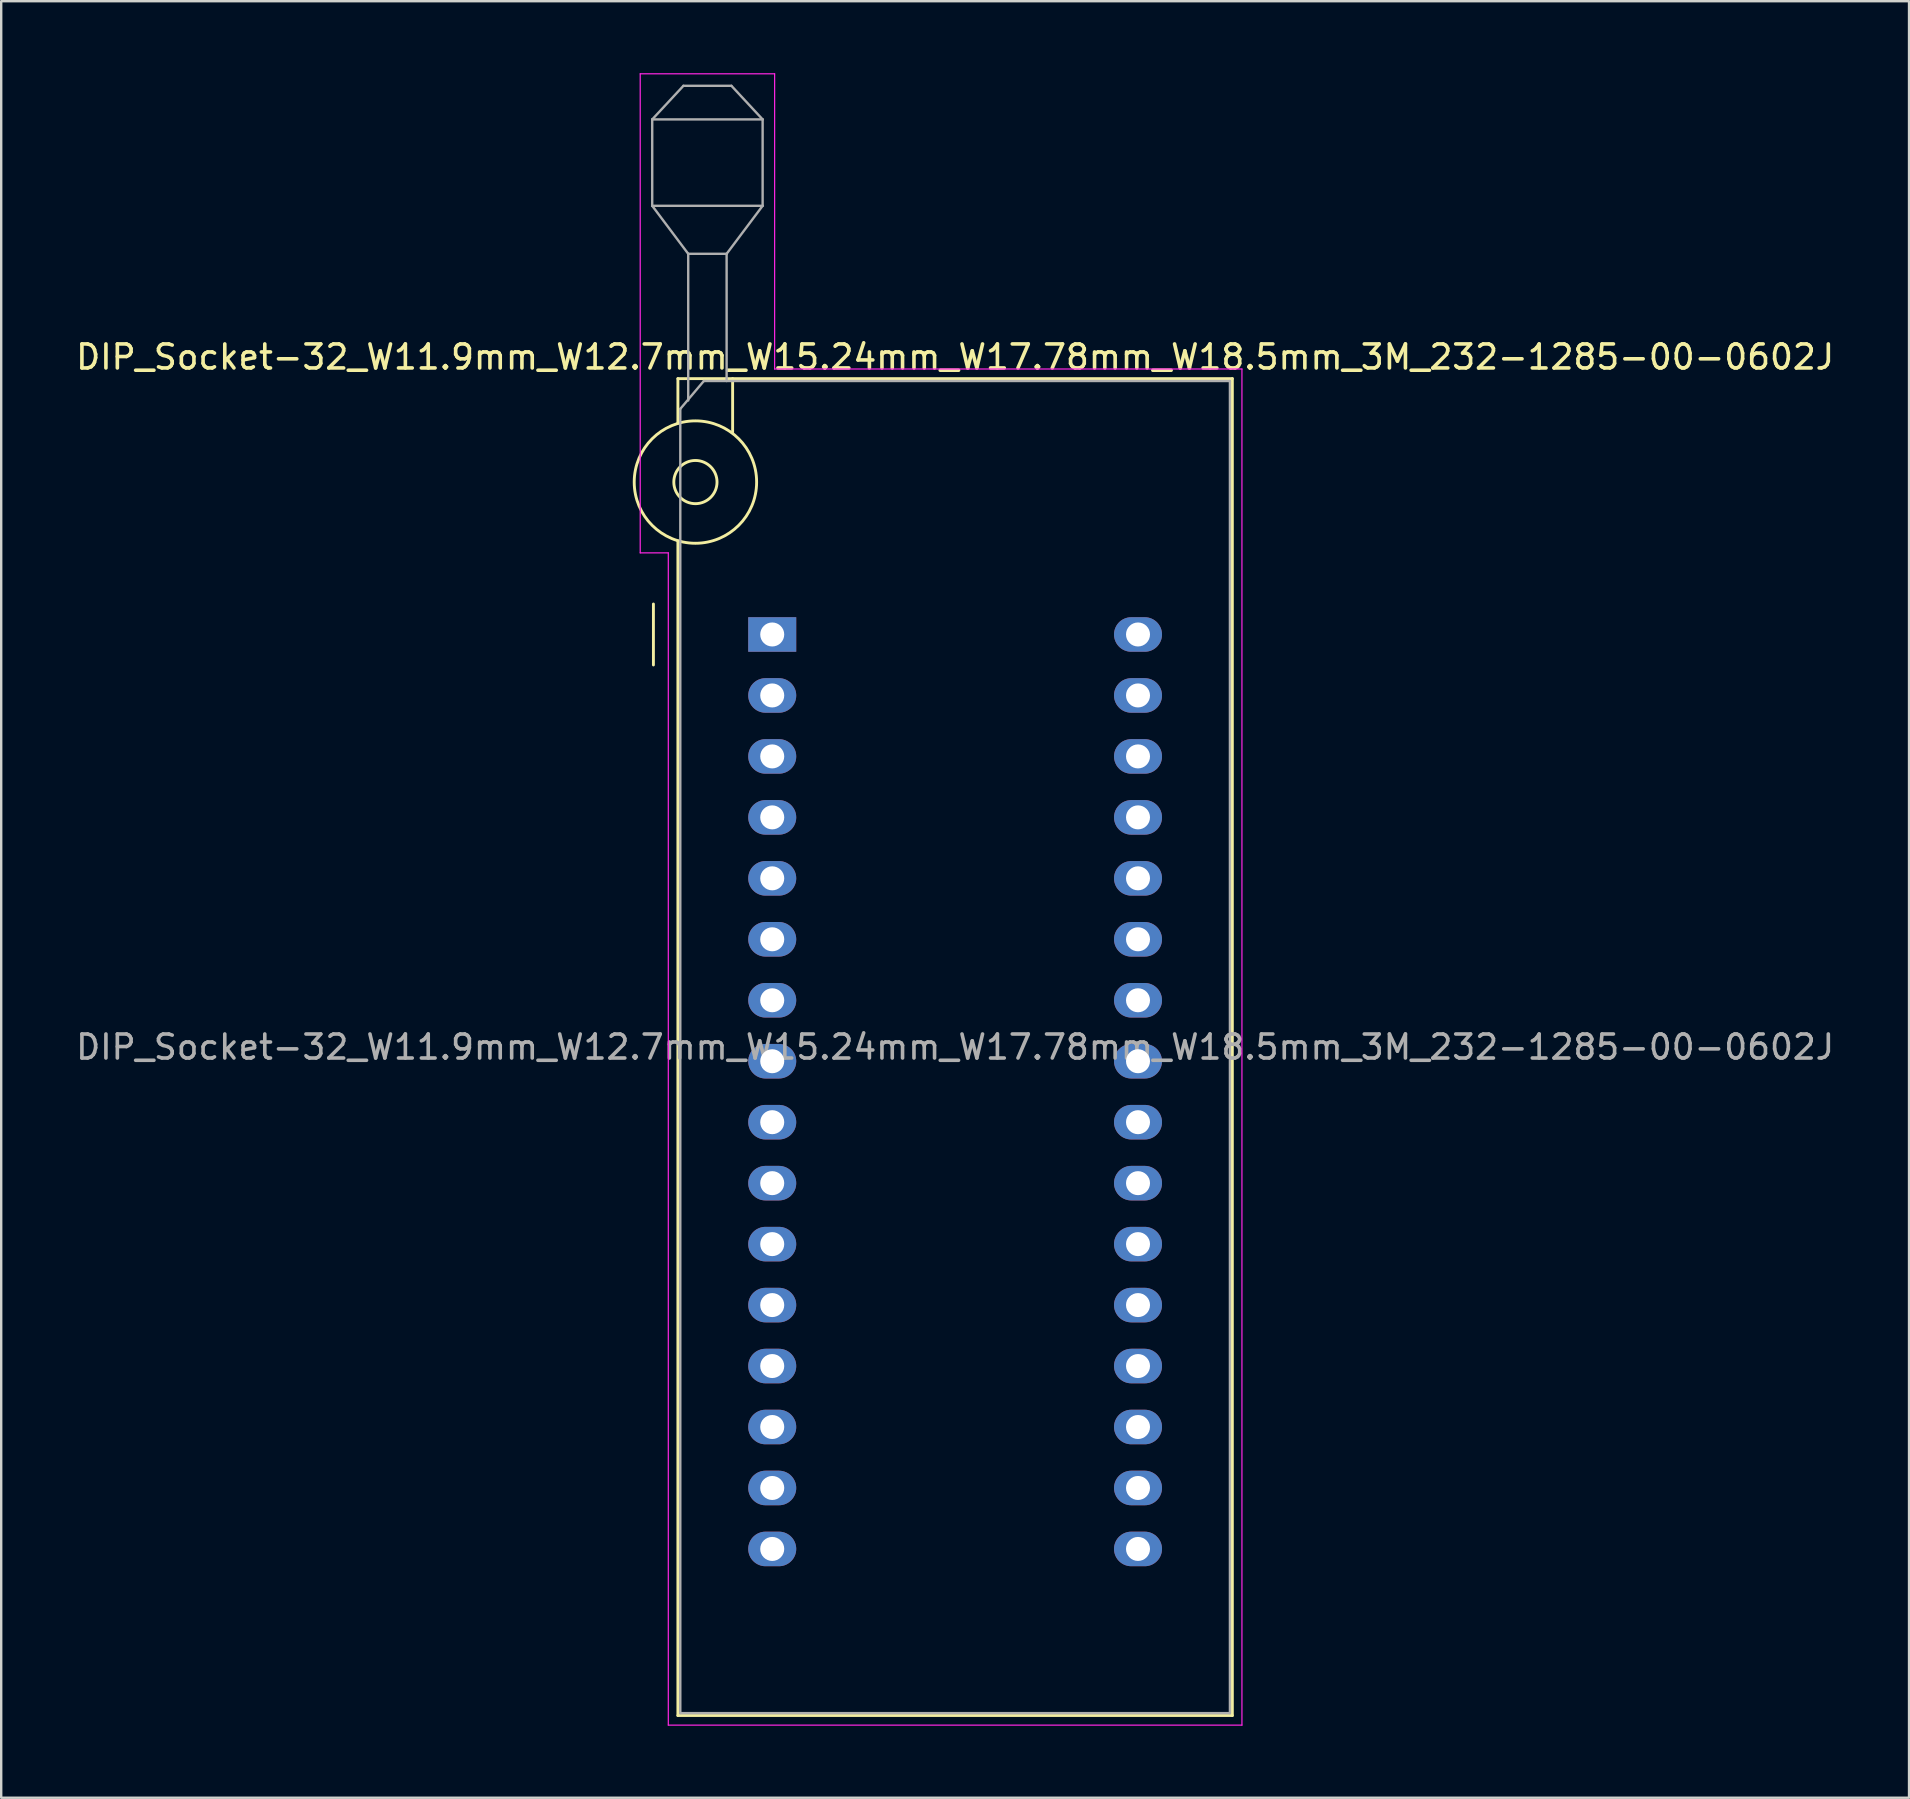
<source format=kicad_pcb>
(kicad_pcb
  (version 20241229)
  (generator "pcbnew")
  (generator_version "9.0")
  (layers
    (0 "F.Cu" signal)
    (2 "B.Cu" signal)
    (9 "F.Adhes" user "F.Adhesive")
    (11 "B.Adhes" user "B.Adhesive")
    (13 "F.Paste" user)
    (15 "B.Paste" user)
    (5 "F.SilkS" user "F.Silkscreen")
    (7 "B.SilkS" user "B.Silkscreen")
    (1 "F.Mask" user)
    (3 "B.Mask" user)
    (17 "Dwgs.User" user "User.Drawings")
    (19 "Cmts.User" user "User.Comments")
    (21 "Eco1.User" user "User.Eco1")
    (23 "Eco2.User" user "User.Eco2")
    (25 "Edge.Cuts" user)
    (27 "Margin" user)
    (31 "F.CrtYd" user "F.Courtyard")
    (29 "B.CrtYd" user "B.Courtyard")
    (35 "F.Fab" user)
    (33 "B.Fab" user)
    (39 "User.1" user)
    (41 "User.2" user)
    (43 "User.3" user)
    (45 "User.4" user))
  (footprint "DIP_Socket-32_W11.9mm_W12.7mm_W15.24mm_W17.78mm_W18.5mm_3M_232-1285-00-0602J"
    (layer "F.Cu")
    (at 29.124 23.385)
    (property "Reference" "DIP_Socket-32_W11.9mm_W12.7mm_W15.24mm_W17.78mm_W18.5mm_3M_232-1285-00-0602J" (at 7.62 -11.56 0) (layer "F.SilkS") (effects (font (size 1 1) (thickness 0.15))))
    (attr through_hole)
    (fp_line (start -4.95 1.27) (end -4.95 -1.27) (stroke (width 0.12) (type solid)) (layer "F.SilkS"))
    (fp_line (start -3.93 -10.66) (end -3.93 -8.8) (stroke (width 0.12) (type solid)) (layer "F.SilkS"))
    (fp_line (start -3.93 -3.9) (end -3.93 45.04) (stroke (width 0.12) (type solid)) (layer "F.SilkS"))
    (fp_line (start -3.93 45.04) (end 19.17 45.04) (stroke (width 0.12) (type solid)) (layer "F.SilkS"))
    (fp_line (start -1.65 -10.66) (end -1.65 -8.4) (stroke (width 0.12) (type solid)) (layer "F.SilkS"))
    (fp_line (start 19.17 -10.66) (end -3.93 -10.66) (stroke (width 0.12) (type solid)) (layer "F.SilkS"))
    (fp_line (start 19.17 45.04) (end 19.17 -10.66) (stroke (width 0.12) (type solid)) (layer "F.SilkS"))
    (fp_circle (center -3.2 -6.35) (end -2.3 -6.35) (stroke (width 0.12) (type solid)) (fill no) (layer "F.SilkS"))
    (fp_circle (center -3.2 -6.35) (end -0.65 -6.35) (stroke (width 0.12) (type solid)) (fill no) (layer "F.SilkS"))
    (fp_line (start -5.5 -23.36) (end 0.1 -23.36) (stroke (width 0.05) (type solid)) (layer "F.CrtYd"))
    (fp_line (start -5.5 -3.4) (end -5.5 -23.36) (stroke (width 0.05) (type solid)) (layer "F.CrtYd"))
    (fp_line (start -4.33 -3.4) (end -5.5 -3.4) (stroke (width 0.05) (type solid)) (layer "F.CrtYd"))
    (fp_line (start -4.33 45.44) (end -4.33 -3.4) (stroke (width 0.05) (type solid)) (layer "F.CrtYd"))
    (fp_line (start 0.1 -23.36) (end 0.1 -11.06) (stroke (width 0.05) (type solid)) (layer "F.CrtYd"))
    (fp_line (start 0.1 -11.06) (end 19.57 -11.06) (stroke (width 0.05) (type solid)) (layer "F.CrtYd"))
    (fp_line (start 19.57 -11.06) (end 19.57 45.44) (stroke (width 0.05) (type solid)) (layer "F.CrtYd"))
    (fp_line (start 19.57 45.44) (end -4.33 45.44) (stroke (width 0.05) (type solid)) (layer "F.CrtYd"))
    (fp_line (start -5 -21.46) (end -5 -17.86) (stroke (width 0.1) (type solid)) (layer "F.Fab"))
    (fp_line (start -5 -21.46) (end -3.7 -22.86) (stroke (width 0.1) (type solid)) (layer "F.Fab"))
    (fp_line (start -5 -17.86) (end -3.5 -15.86) (stroke (width 0.1) (type solid)) (layer "F.Fab"))
    (fp_line (start -5 -17.86) (end -0.4 -17.86) (stroke (width 0.1) (type solid)) (layer "F.Fab"))
    (fp_line (start -3.83 -9.4) (end -2.85 -10.56) (stroke (width 0.1) (type solid)) (layer "F.Fab"))
    (fp_line (start -3.83 44.94) (end -3.83 -9.4) (stroke (width 0.1) (type solid)) (layer "F.Fab"))
    (fp_line (start -3.7 -22.86) (end -1.7 -22.86) (stroke (width 0.1) (type solid)) (layer "F.Fab"))
    (fp_line (start -3.5 -15.86) (end -1.9 -15.86) (stroke (width 0.1) (type solid)) (layer "F.Fab"))
    (fp_line (start -3.5 -9.75) (end -3.5 -15.86) (stroke (width 0.1) (type solid)) (layer "F.Fab"))
    (fp_line (start -2.85 -10.56) (end 19.07 -10.56) (stroke (width 0.1) (type solid)) (layer "F.Fab"))
    (fp_line (start -1.9 -15.86) (end -1.9 -10.56) (stroke (width 0.1) (type solid)) (layer "F.Fab"))
    (fp_line (start -1.7 -22.86) (end -0.4 -21.46) (stroke (width 0.1) (type solid)) (layer "F.Fab"))
    (fp_line (start -0.4 -21.46) (end -5 -21.46) (stroke (width 0.1) (type solid)) (layer "F.Fab"))
    (fp_line (start -0.4 -17.86) (end -1.9 -15.86) (stroke (width 0.1) (type solid)) (layer "F.Fab"))
    (fp_line (start -0.4 -17.86) (end -0.4 -21.46) (stroke (width 0.1) (type solid)) (layer "F.Fab"))
    (fp_line (start 19.07 -10.56) (end 19.07 44.94) (stroke (width 0.1) (type solid)) (layer "F.Fab"))
    (fp_line (start 19.07 44.94) (end -3.83 44.94) (stroke (width 0.1) (type solid)) (layer "F.Fab"))
    (fp_text user "${REFERENCE}" (at 7.62 17.19 0) (layer "F.Fab") (effects (font (size 1 1) (thickness 0.15))))
    (pad "1" thru_hole rect (at 0 0) (size 2 1.44) (drill 1) (layers "*.Cu" "*.Mask"))
    (pad "2" thru_hole oval (at 0 2.54) (size 2 1.44) (drill 1) (layers "*.Cu" "*.Mask"))
    (pad "3" thru_hole oval (at 0 5.08) (size 2 1.44) (drill 1) (layers "*.Cu" "*.Mask"))
    (pad "4" thru_hole oval (at 0 7.62) (size 2 1.44) (drill 1) (layers "*.Cu" "*.Mask"))
    (pad "5" thru_hole oval (at 0 10.16) (size 2 1.44) (drill 1) (layers "*.Cu" "*.Mask"))
    (pad "6" thru_hole oval (at 0 12.7) (size 2 1.44) (drill 1) (layers "*.Cu" "*.Mask"))
    (pad "7" thru_hole oval (at 0 15.24) (size 2 1.44) (drill 1) (layers "*.Cu" "*.Mask"))
    (pad "8" thru_hole oval (at 0 17.78) (size 2 1.44) (drill 1) (layers "*.Cu" "*.Mask"))
    (pad "9" thru_hole oval (at 0 20.32) (size 2 1.44) (drill 1) (layers "*.Cu" "*.Mask"))
    (pad "10" thru_hole oval (at 0 22.86) (size 2 1.44) (drill 1) (layers "*.Cu" "*.Mask"))
    (pad "11" thru_hole oval (at 0 25.4) (size 2 1.44) (drill 1) (layers "*.Cu" "*.Mask"))
    (pad "12" thru_hole oval (at 0 27.94) (size 2 1.44) (drill 1) (layers "*.Cu" "*.Mask"))
    (pad "13" thru_hole oval (at 0 30.48) (size 2 1.44) (drill 1) (layers "*.Cu" "*.Mask"))
    (pad "14" thru_hole oval (at 0 33.02) (size 2 1.44) (drill 1) (layers "*.Cu" "*.Mask"))
    (pad "15" thru_hole oval (at 0 35.56) (size 2 1.44) (drill 1) (layers "*.Cu" "*.Mask"))
    (pad "16" thru_hole oval (at 0 38.1) (size 2 1.44) (drill 1) (layers "*.Cu" "*.Mask"))
    (pad "17" thru_hole oval (at 15.24 38.1) (size 2 1.44) (drill 1) (layers "*.Cu" "*.Mask"))
    (pad "18" thru_hole oval (at 15.24 35.56) (size 2 1.44) (drill 1) (layers "*.Cu" "*.Mask"))
    (pad "19" thru_hole oval (at 15.24 33.02) (size 2 1.44) (drill 1) (layers "*.Cu" "*.Mask"))
    (pad "20" thru_hole oval (at 15.24 30.48) (size 2 1.44) (drill 1) (layers "*.Cu" "*.Mask"))
    (pad "21" thru_hole oval (at 15.24 27.94) (size 2 1.44) (drill 1) (layers "*.Cu" "*.Mask"))
    (pad "22" thru_hole oval (at 15.24 25.4) (size 2 1.44) (drill 1) (layers "*.Cu" "*.Mask"))
    (pad "23" thru_hole oval (at 15.24 22.86) (size 2 1.44) (drill 1) (layers "*.Cu" "*.Mask"))
    (pad "24" thru_hole oval (at 15.24 20.32) (size 2 1.44) (drill 1) (layers "*.Cu" "*.Mask"))
    (pad "25" thru_hole oval (at 15.24 17.78) (size 2 1.44) (drill 1) (layers "*.Cu" "*.Mask"))
    (pad "26" thru_hole oval (at 15.24 15.24) (size 2 1.44) (drill 1) (layers "*.Cu" "*.Mask"))
    (pad "27" thru_hole oval (at 15.24 12.7) (size 2 1.44) (drill 1) (layers "*.Cu" "*.Mask"))
    (pad "28" thru_hole oval (at 15.24 10.16) (size 2 1.44) (drill 1) (layers "*.Cu" "*.Mask"))
    (pad "29" thru_hole oval (at 15.24 7.62) (size 2 1.44) (drill 1) (layers "*.Cu" "*.Mask"))
    (pad "30" thru_hole oval (at 15.24 5.08) (size 2 1.44) (drill 1) (layers "*.Cu" "*.Mask"))
    (pad "31" thru_hole oval (at 15.24 2.54) (size 2 1.44) (drill 1) (layers "*.Cu" "*.Mask"))
    (pad "32" thru_hole oval (at 15.24 0) (size 2 1.44) (drill 1) (layers "*.Cu" "*.Mask")))
  (gr_rect
    (start -3 -3)
    (end 76.488 71.85)
    (stroke (width 0.1) (type default))
    (fill no)
    (layer "Edge.Cuts")))
</source>
